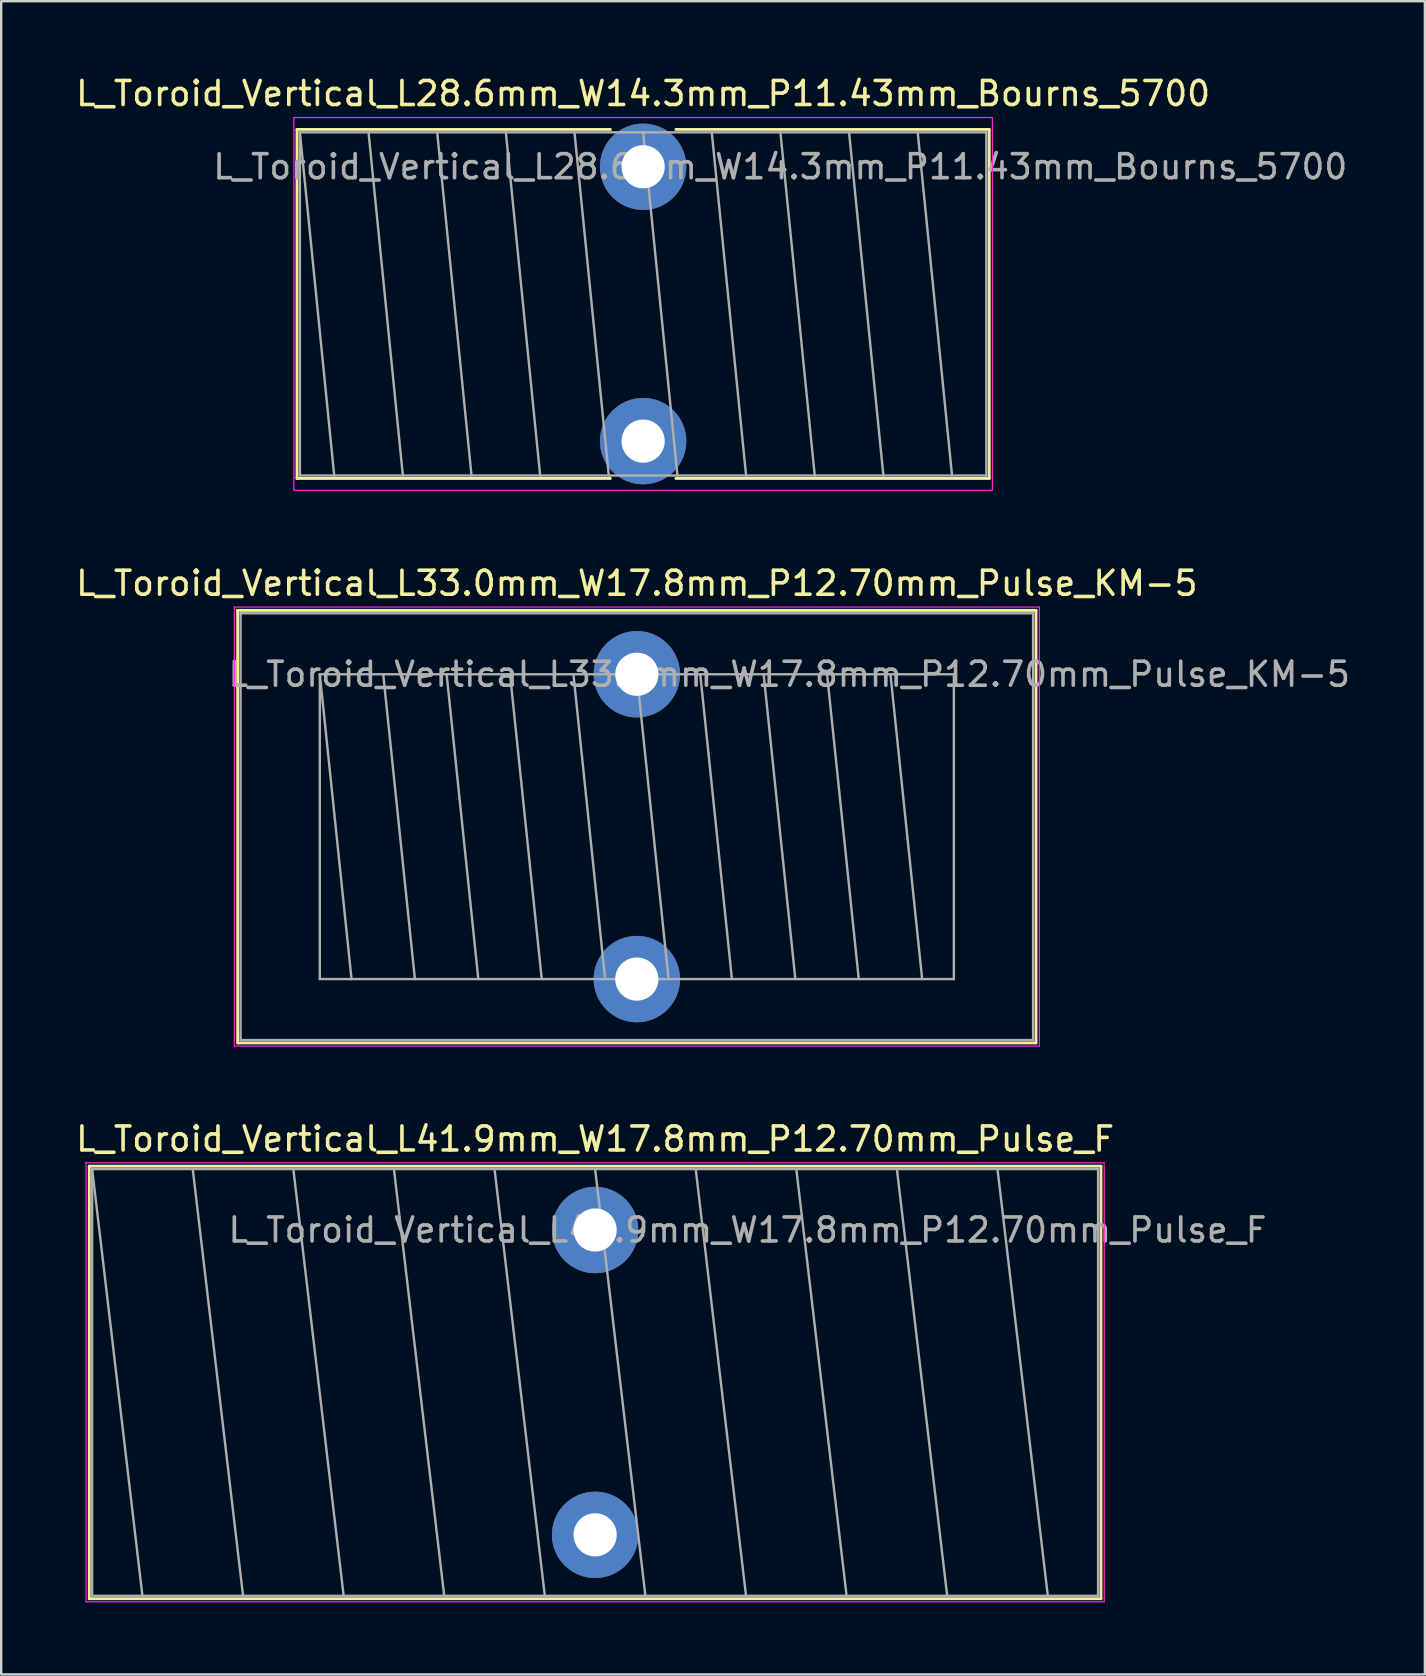
<source format=kicad_pcb>
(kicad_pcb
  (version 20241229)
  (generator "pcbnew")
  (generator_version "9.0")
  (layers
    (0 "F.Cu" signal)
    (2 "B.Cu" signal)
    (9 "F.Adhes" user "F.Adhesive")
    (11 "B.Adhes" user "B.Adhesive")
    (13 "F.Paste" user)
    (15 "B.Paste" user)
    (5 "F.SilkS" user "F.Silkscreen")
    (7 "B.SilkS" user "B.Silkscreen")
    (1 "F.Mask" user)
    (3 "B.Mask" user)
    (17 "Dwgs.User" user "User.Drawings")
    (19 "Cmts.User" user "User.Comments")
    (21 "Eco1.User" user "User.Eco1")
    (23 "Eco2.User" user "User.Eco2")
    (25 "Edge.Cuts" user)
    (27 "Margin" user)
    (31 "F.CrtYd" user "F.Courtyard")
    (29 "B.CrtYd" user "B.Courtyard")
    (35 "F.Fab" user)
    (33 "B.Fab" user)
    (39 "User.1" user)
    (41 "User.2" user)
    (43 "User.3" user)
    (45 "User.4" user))
  (footprint "L_Toroid_Vertical_L41.9mm_W17.8mm_P12.70mm_Pulse_F"
    (layer "F.Cu")
    (at 21.744 48.195)
    (property "Reference" "L_Toroid_Vertical_L41.9mm_W17.8mm_P12.70mm_Pulse_F" (at 0 -3.79 0) (layer "F.SilkS") (effects (font (size 1 1) (thickness 0.15))))
    (attr through_hole)
    (fp_line (start -21.075 -2.66) (end -21.075 15.36) (stroke (width 0.12) (type solid)) (layer "F.SilkS"))
    (fp_line (start -21.075 -2.66) (end 21.075 -2.66) (stroke (width 0.12) (type solid)) (layer "F.SilkS"))
    (fp_line (start -21.075 15.36) (end 21.075 15.36) (stroke (width 0.12) (type solid)) (layer "F.SilkS"))
    (fp_line (start 21.075 -2.66) (end 21.075 15.36) (stroke (width 0.12) (type solid)) (layer "F.SilkS"))
    (fp_line (start -21.21 -2.8) (end -21.21 15.49) (stroke (width 0.05) (type solid)) (layer "F.CrtYd"))
    (fp_line (start -21.21 15.49) (end 21.21 15.49) (stroke (width 0.05) (type solid)) (layer "F.CrtYd"))
    (fp_line (start 21.21 -2.8) (end -21.21 -2.8) (stroke (width 0.05) (type solid)) (layer "F.CrtYd"))
    (fp_line (start 21.21 15.49) (end 21.21 -2.8) (stroke (width 0.05) (type solid)) (layer "F.CrtYd"))
    (fp_line (start -20.955 -2.54) (end -20.955 15.24) (stroke (width 0.1) (type solid)) (layer "F.Fab"))
    (fp_line (start -20.955 -2.54) (end -18.86 15.24) (stroke (width 0.1) (type solid)) (layer "F.Fab"))
    (fp_line (start -20.955 15.24) (end 20.955 15.24) (stroke (width 0.1) (type solid)) (layer "F.Fab"))
    (fp_line (start -16.764 -2.54) (end -14.668 15.24) (stroke (width 0.1) (type solid)) (layer "F.Fab"))
    (fp_line (start -12.573 -2.54) (end -10.477 15.24) (stroke (width 0.1) (type solid)) (layer "F.Fab"))
    (fp_line (start -8.382 -2.54) (end -6.287 15.24) (stroke (width 0.1) (type solid)) (layer "F.Fab"))
    (fp_line (start -4.191 -2.54) (end -2.095 15.24) (stroke (width 0.1) (type solid)) (layer "F.Fab"))
    (fp_line (start 0 -2.54) (end 2.095 15.24) (stroke (width 0.1) (type solid)) (layer "F.Fab"))
    (fp_line (start 4.191 -2.54) (end 6.287 15.24) (stroke (width 0.1) (type solid)) (layer "F.Fab"))
    (fp_line (start 8.382 -2.54) (end 10.477 15.24) (stroke (width 0.1) (type solid)) (layer "F.Fab"))
    (fp_line (start 12.573 -2.54) (end 14.668 15.24) (stroke (width 0.1) (type solid)) (layer "F.Fab"))
    (fp_line (start 16.764 -2.54) (end 18.86 15.24) (stroke (width 0.1) (type solid)) (layer "F.Fab"))
    (fp_line (start 20.955 -2.54) (end -20.955 -2.54) (stroke (width 0.1) (type solid)) (layer "F.Fab"))
    (fp_line (start 20.955 15.24) (end 20.955 -2.54) (stroke (width 0.1) (type solid)) (layer "F.Fab"))
    (fp_text user "${REFERENCE}" (at 6.35 0 0) (layer "F.Fab") (effects (font (size 1 1) (thickness 0.15))))
    (pad "1" thru_hole circle (at 0 0) (size 3.6 3.6) (drill 1.8) (layers "*.Cu" "*.Mask"))
    (pad "2" thru_hole circle (at 0 12.7) (size 3.6 3.6) (drill 1.8) (layers "*.Cu" "*.Mask")))
  (footprint "L_Toroid_Vertical_L33.0mm_W17.8mm_P12.70mm_Pulse_KM-5"
    (layer "F.Cu")
    (at 23.482 25.041)
    (property "Reference" "L_Toroid_Vertical_L33.0mm_W17.8mm_P12.70mm_Pulse_KM-5" (at 0 -3.79 0) (layer "F.SilkS") (effects (font (size 1 1) (thickness 0.15))))
    (attr through_hole)
    (fp_line (start -16.631 -2.66) (end -16.631 15.36) (stroke (width 0.12) (type solid)) (layer "F.SilkS"))
    (fp_line (start -16.631 -2.66) (end 16.631 -2.66) (stroke (width 0.12) (type solid)) (layer "F.SilkS"))
    (fp_line (start -16.631 15.36) (end 16.631 15.36) (stroke (width 0.12) (type solid)) (layer "F.SilkS"))
    (fp_line (start 16.631 -2.66) (end 16.631 15.36) (stroke (width 0.12) (type solid)) (layer "F.SilkS"))
    (fp_line (start -16.77 -2.8) (end -16.77 15.49) (stroke (width 0.05) (type solid)) (layer "F.CrtYd"))
    (fp_line (start -16.77 15.49) (end 16.77 15.49) (stroke (width 0.05) (type solid)) (layer "F.CrtYd"))
    (fp_line (start 16.77 -2.8) (end -16.77 -2.8) (stroke (width 0.05) (type solid)) (layer "F.CrtYd"))
    (fp_line (start 16.77 15.49) (end 16.77 -2.8) (stroke (width 0.05) (type solid)) (layer "F.CrtYd"))
    (fp_line (start -16.51 -2.54) (end -16.51 15.24) (stroke (width 0.1) (type solid)) (layer "F.Fab"))
    (fp_line (start -16.51 15.24) (end 16.51 15.24) (stroke (width 0.1) (type solid)) (layer "F.Fab"))
    (fp_line (start -13.208 0) (end -13.208 12.7) (stroke (width 0.1) (type solid)) (layer "F.Fab"))
    (fp_line (start -13.208 0) (end -11.887 12.7) (stroke (width 0.1) (type solid)) (layer "F.Fab"))
    (fp_line (start -13.208 12.7) (end 13.208 12.7) (stroke (width 0.1) (type solid)) (layer "F.Fab"))
    (fp_line (start -10.566 0) (end -9.246 12.7) (stroke (width 0.1) (type solid)) (layer "F.Fab"))
    (fp_line (start -7.925 0) (end -6.604 12.7) (stroke (width 0.1) (type solid)) (layer "F.Fab"))
    (fp_line (start -5.283 0) (end -3.962 12.7) (stroke (width 0.1) (type solid)) (layer "F.Fab"))
    (fp_line (start -2.642 0) (end -1.321 12.7) (stroke (width 0.1) (type solid)) (layer "F.Fab"))
    (fp_line (start 0 0) (end 1.321 12.7) (stroke (width 0.1) (type solid)) (layer "F.Fab"))
    (fp_line (start 2.642 0) (end 3.962 12.7) (stroke (width 0.1) (type solid)) (layer "F.Fab"))
    (fp_line (start 5.283 0) (end 6.604 12.7) (stroke (width 0.1) (type solid)) (layer "F.Fab"))
    (fp_line (start 7.925 0) (end 9.246 12.7) (stroke (width 0.1) (type solid)) (layer "F.Fab"))
    (fp_line (start 10.566 0) (end 11.887 12.7) (stroke (width 0.1) (type solid)) (layer "F.Fab"))
    (fp_line (start 13.208 0) (end -13.208 0) (stroke (width 0.1) (type solid)) (layer "F.Fab"))
    (fp_line (start 13.208 12.7) (end 13.208 0) (stroke (width 0.1) (type solid)) (layer "F.Fab"))
    (fp_line (start 16.51 -2.54) (end -16.51 -2.54) (stroke (width 0.1) (type solid)) (layer "F.Fab"))
    (fp_line (start 16.51 15.24) (end 16.51 -2.54) (stroke (width 0.1) (type solid)) (layer "F.Fab"))
    (fp_text user "${REFERENCE}" (at 6.35 0 0) (layer "F.Fab") (effects (font (size 1 1) (thickness 0.15))))
    (pad "1" thru_hole circle (at 0 0) (size 3.6 3.6) (drill 1.8) (layers "*.Cu" "*.Mask"))
    (pad "2" thru_hole circle (at 0 12.7) (size 3.6 3.6) (drill 1.8) (layers "*.Cu" "*.Mask")))
  (footprint "L_Toroid_Vertical_L28.6mm_W14.3mm_P11.43mm_Bourns_5700"
    (layer "F.Cu")
    (at 23.744 3.898)
    (property "Reference" "L_Toroid_Vertical_L28.6mm_W14.3mm_P11.43mm_Bourns_5700" (at 0 -3.05 0) (layer "F.SilkS") (effects (font (size 1 1) (thickness 0.15))))
    (attr through_hole)
    (fp_line (start -14.42 -1.555) (end -14.42 12.985) (stroke (width 0.12) (type solid)) (layer "F.SilkS"))
    (fp_line (start -14.42 -1.555) (end -1.365 -1.555) (stroke (width 0.12) (type solid)) (layer "F.SilkS"))
    (fp_line (start -14.42 12.985) (end -1.365 12.985) (stroke (width 0.12) (type solid)) (layer "F.SilkS"))
    (fp_line (start 1.365 -1.555) (end 14.42 -1.555) (stroke (width 0.12) (type solid)) (layer "F.SilkS"))
    (fp_line (start 1.365 12.985) (end 14.42 12.985) (stroke (width 0.12) (type solid)) (layer "F.SilkS"))
    (fp_line (start 14.42 -1.555) (end 14.42 12.985) (stroke (width 0.12) (type solid)) (layer "F.SilkS"))
    (fp_line (start -14.55 -2.05) (end -14.55 13.48) (stroke (width 0.05) (type solid)) (layer "F.CrtYd"))
    (fp_line (start -14.55 13.48) (end 14.55 13.48) (stroke (width 0.05) (type solid)) (layer "F.CrtYd"))
    (fp_line (start 14.55 -2.05) (end -14.55 -2.05) (stroke (width 0.05) (type solid)) (layer "F.CrtYd"))
    (fp_line (start 14.55 13.48) (end 14.55 -2.05) (stroke (width 0.05) (type solid)) (layer "F.CrtYd"))
    (fp_line (start -14.3 -1.435) (end -14.3 12.865) (stroke (width 0.1) (type solid)) (layer "F.Fab"))
    (fp_line (start -14.3 -1.435) (end -12.87 12.865) (stroke (width 0.1) (type solid)) (layer "F.Fab"))
    (fp_line (start -14.3 12.865) (end 14.3 12.865) (stroke (width 0.1) (type solid)) (layer "F.Fab"))
    (fp_line (start -11.44 -1.435) (end -10.01 12.865) (stroke (width 0.1) (type solid)) (layer "F.Fab"))
    (fp_line (start -8.58 -1.435) (end -7.15 12.865) (stroke (width 0.1) (type solid)) (layer "F.Fab"))
    (fp_line (start -5.72 -1.435) (end -4.29 12.865) (stroke (width 0.1) (type solid)) (layer "F.Fab"))
    (fp_line (start -2.86 -1.435) (end -1.43 12.865) (stroke (width 0.1) (type solid)) (layer "F.Fab"))
    (fp_line (start 0 -1.435) (end 1.43 12.865) (stroke (width 0.1) (type solid)) (layer "F.Fab"))
    (fp_line (start 2.86 -1.435) (end 4.29 12.865) (stroke (width 0.1) (type solid)) (layer "F.Fab"))
    (fp_line (start 5.72 -1.435) (end 7.15 12.865) (stroke (width 0.1) (type solid)) (layer "F.Fab"))
    (fp_line (start 8.58 -1.435) (end 10.01 12.865) (stroke (width 0.1) (type solid)) (layer "F.Fab"))
    (fp_line (start 11.44 -1.435) (end 12.87 12.865) (stroke (width 0.1) (type solid)) (layer "F.Fab"))
    (fp_line (start 14.3 -1.435) (end -14.3 -1.435) (stroke (width 0.1) (type solid)) (layer "F.Fab"))
    (fp_line (start 14.3 12.865) (end 14.3 -1.435) (stroke (width 0.1) (type solid)) (layer "F.Fab"))
    (fp_text user "${REFERENCE}" (at 5.715 0 0) (layer "F.Fab") (effects (font (size 1 1) (thickness 0.15))))
    (pad "1" thru_hole circle (at 0 0) (size 3.6 3.6) (drill 1.8) (layers "*.Cu" "*.Mask"))
    (pad "2" thru_hole circle (at 0 11.43) (size 3.6 3.6) (drill 1.8) (layers "*.Cu" "*.Mask")))
  (gr_rect
    (start -3 -3)
    (end 56.314 66.71)
    (stroke (width 0.1) (type default))
    (fill no)
    (layer "Edge.Cuts")))
</source>
